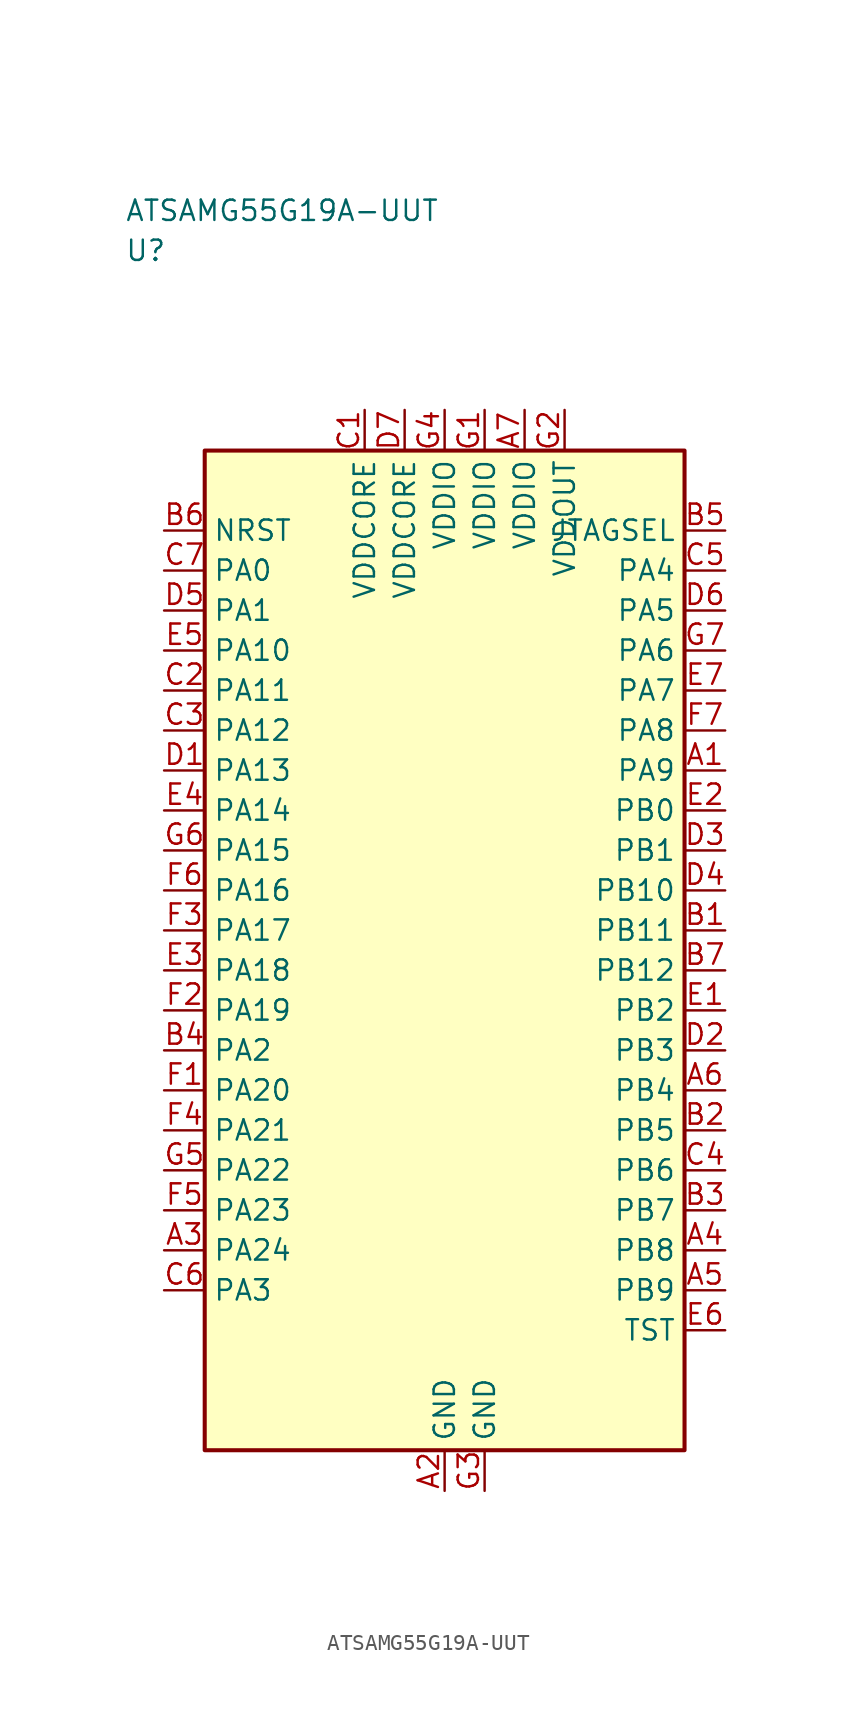
<source format=kicad_sym>
(kicad_symbol_lib
  (version 20241025)
  (generator "kicad_symbol_editor")
  (generator_version "8.0")
  (symbol "ATSAMG55G19A-UUT"
    (property "Reference" "U"
      (at -20.0 43.75 0)
      (effects (font (size 1.27 1.27)) (justify left)))
    (property "Value" "ATSAMG55G19A-UUT"
      (at -20.0 46.25 0)
      (effects (font (size 1.27 1.27)) (justify left)))
    (symbol "ATSAMG55G19A-UUT_0_1"
      (rectangle (start -15.0 31.25) (end 15.0 -31.25) (stroke (width 0.254) (type default)) (fill (type background))))
    (symbol "ATSAMG55G19A-UUT_1_1"
      (pin bidirectional line (at -17.54 23.75 0.0) (length 2.54) (name "PA0" (effects (font (size 1.27 1.27)))) (number "C7" (effects (font (size 1.27 1.27)))))
      (pin bidirectional line (at -17.54 21.25 0.0) (length 2.54) (name "PA1" (effects (font (size 1.27 1.27)))) (number "D5" (effects (font (size 1.27 1.27)))))
      (pin bidirectional line (at -17.54 -6.25 0.0) (length 2.54) (name "PA2" (effects (font (size 1.27 1.27)))) (number "B4" (effects (font (size 1.27 1.27)))))
      (pin bidirectional line (at -17.54 -21.25 0.0) (length 2.54) (name "PA3" (effects (font (size 1.27 1.27)))) (number "C6" (effects (font (size 1.27 1.27)))))
      (pin bidirectional line (at 17.54 23.75 180.0) (length 2.54) (name "PA4" (effects (font (size 1.27 1.27)))) (number "C5" (effects (font (size 1.27 1.27)))))
      (pin bidirectional line (at 17.54 21.25 180.0) (length 2.54) (name "PA5" (effects (font (size 1.27 1.27)))) (number "D6" (effects (font (size 1.27 1.27)))))
      (pin bidirectional line (at 17.54 18.75 180.0) (length 2.54) (name "PA6" (effects (font (size 1.27 1.27)))) (number "G7" (effects (font (size 1.27 1.27)))))
      (pin bidirectional line (at 17.54 16.25 180.0) (length 2.54) (name "PA7" (effects (font (size 1.27 1.27)))) (number "E7" (effects (font (size 1.27 1.27)))))
      (pin bidirectional line (at 17.54 13.75 180.0) (length 2.54) (name "PA8" (effects (font (size 1.27 1.27)))) (number "F7" (effects (font (size 1.27 1.27)))))
      (pin bidirectional line (at 17.54 11.25 180.0) (length 2.54) (name "PA9" (effects (font (size 1.27 1.27)))) (number "A1" (effects (font (size 1.27 1.27)))))
      (pin bidirectional line (at -17.54 18.75 0.0) (length 2.54) (name "PA10" (effects (font (size 1.27 1.27)))) (number "E5" (effects (font (size 1.27 1.27)))))
      (pin bidirectional line (at -17.54 16.25 0.0) (length 2.54) (name "PA11" (effects (font (size 1.27 1.27)))) (number "C2" (effects (font (size 1.27 1.27)))))
      (pin bidirectional line (at -17.54 13.75 0.0) (length 2.54) (name "PA12" (effects (font (size 1.27 1.27)))) (number "C3" (effects (font (size 1.27 1.27)))))
      (pin bidirectional line (at -17.54 11.25 0.0) (length 2.54) (name "PA13" (effects (font (size 1.27 1.27)))) (number "D1" (effects (font (size 1.27 1.27)))))
      (pin bidirectional line (at -17.54 8.75 0.0) (length 2.54) (name "PA14" (effects (font (size 1.27 1.27)))) (number "E4" (effects (font (size 1.27 1.27)))))
      (pin bidirectional line (at -17.54 6.25 0.0) (length 2.54) (name "PA15" (effects (font (size 1.27 1.27)))) (number "G6" (effects (font (size 1.27 1.27)))))
      (pin bidirectional line (at -17.54 3.75 0.0) (length 2.54) (name "PA16" (effects (font (size 1.27 1.27)))) (number "F6" (effects (font (size 1.27 1.27)))))
      (pin bidirectional line (at -17.54 1.25 0.0) (length 2.54) (name "PA17" (effects (font (size 1.27 1.27)))) (number "F3" (effects (font (size 1.27 1.27)))))
      (pin bidirectional line (at -17.54 -1.25 0.0) (length 2.54) (name "PA18" (effects (font (size 1.27 1.27)))) (number "E3" (effects (font (size 1.27 1.27)))))
      (pin bidirectional line (at -17.54 -3.75 0.0) (length 2.54) (name "PA19" (effects (font (size 1.27 1.27)))) (number "F2" (effects (font (size 1.27 1.27)))))
      (pin bidirectional line (at -17.54 -8.75 0.0) (length 2.54) (name "PA20" (effects (font (size 1.27 1.27)))) (number "F1" (effects (font (size 1.27 1.27)))))
      (pin bidirectional line (at -17.54 -11.25 0.0) (length 2.54) (name "PA21" (effects (font (size 1.27 1.27)))) (number "F4" (effects (font (size 1.27 1.27)))))
      (pin bidirectional line (at -17.54 -13.75 0.0) (length 2.54) (name "PA22" (effects (font (size 1.27 1.27)))) (number "G5" (effects (font (size 1.27 1.27)))))
      (pin bidirectional line (at -17.54 -16.25 0.0) (length 2.54) (name "PA23" (effects (font (size 1.27 1.27)))) (number "F5" (effects (font (size 1.27 1.27)))))
      (pin bidirectional line (at -17.54 -18.75 0.0) (length 2.54) (name "PA24" (effects (font (size 1.27 1.27)))) (number "A3" (effects (font (size 1.27 1.27)))))
      (pin bidirectional line (at 17.54 8.75 180.0) (length 2.54) (name "PB0" (effects (font (size 1.27 1.27)))) (number "E2" (effects (font (size 1.27 1.27)))))
      (pin bidirectional line (at 17.54 6.25 180.0) (length 2.54) (name "PB1" (effects (font (size 1.27 1.27)))) (number "D3" (effects (font (size 1.27 1.27)))))
      (pin bidirectional line (at 17.54 -3.75 180.0) (length 2.54) (name "PB2" (effects (font (size 1.27 1.27)))) (number "E1" (effects (font (size 1.27 1.27)))))
      (pin bidirectional line (at 17.54 -6.25 180.0) (length 2.54) (name "PB3" (effects (font (size 1.27 1.27)))) (number "D2" (effects (font (size 1.27 1.27)))))
      (pin bidirectional line (at 17.54 -8.75 180.0) (length 2.54) (name "PB4" (effects (font (size 1.27 1.27)))) (number "A6" (effects (font (size 1.27 1.27)))))
      (pin bidirectional line (at 17.54 -11.25 180.0) (length 2.54) (name "PB5" (effects (font (size 1.27 1.27)))) (number "B2" (effects (font (size 1.27 1.27)))))
      (pin bidirectional line (at 17.54 -13.75 180.0) (length 2.54) (name "PB6" (effects (font (size 1.27 1.27)))) (number "C4" (effects (font (size 1.27 1.27)))))
      (pin bidirectional line (at 17.54 -16.25 180.0) (length 2.54) (name "PB7" (effects (font (size 1.27 1.27)))) (number "B3" (effects (font (size 1.27 1.27)))))
      (pin bidirectional line (at 17.54 -18.75 180.0) (length 2.54) (name "PB8" (effects (font (size 1.27 1.27)))) (number "A4" (effects (font (size 1.27 1.27)))))
      (pin bidirectional line (at 17.54 -21.25 180.0) (length 2.54) (name "PB9" (effects (font (size 1.27 1.27)))) (number "A5" (effects (font (size 1.27 1.27)))))
      (pin bidirectional line (at 17.54 3.75 180.0) (length 2.54) (name "PB10" (effects (font (size 1.27 1.27)))) (number "D4" (effects (font (size 1.27 1.27)))))
      (pin bidirectional line (at 17.54 1.25 180.0) (length 2.54) (name "PB11" (effects (font (size 1.27 1.27)))) (number "B1" (effects (font (size 1.27 1.27)))))
      (pin bidirectional line (at 17.54 -1.25 180.0) (length 2.54) (name "PB12" (effects (font (size 1.27 1.27)))) (number "B7" (effects (font (size 1.27 1.27)))))
      (pin power_in line (at 7.5 33.79 270.0) (length 2.54) (name "VDDOUT" (effects (font (size 1.27 1.27)))) (number "G2" (effects (font (size 1.27 1.27)))))
      (pin input line (at -17.54 26.25 0.0) (length 2.54) (name "NRST" (effects (font (size 1.27 1.27)))) (number "B6" (effects (font (size 1.27 1.27)))))
      (pin bidirectional line (at 17.54 -23.75 180.0) (length 2.54) (name "TST" (effects (font (size 1.27 1.27)))) (number "E6" (effects (font (size 1.27 1.27)))))
      (pin power_in line (at 0.0 33.79 270.0) (length 2.54) (name "VDDIO" (effects (font (size 1.27 1.27)))) (number "G4" (effects (font (size 1.27 1.27)))))
      (pin power_in line (at 2.5 33.79 270.0) (length 2.54) (name "VDDIO" (effects (font (size 1.27 1.27)))) (number "G1" (effects (font (size 1.27 1.27)))))
      (pin power_in line (at 5.0 33.79 270.0) (length 2.54) (name "VDDIO" (effects (font (size 1.27 1.27)))) (number "A7" (effects (font (size 1.27 1.27)))))
      (pin output line (at 17.54 26.25 180.0) (length 2.54) (name "JTAGSEL" (effects (font (size 1.27 1.27)))) (number "B5" (effects (font (size 1.27 1.27)))))
      (pin power_in line (at -5.0 33.79 270.0) (length 2.54) (name "VDDCORE" (effects (font (size 1.27 1.27)))) (number "C1" (effects (font (size 1.27 1.27)))))
      (pin power_in line (at -2.5 33.79 270.0) (length 2.54) (name "VDDCORE" (effects (font (size 1.27 1.27)))) (number "D7" (effects (font (size 1.27 1.27)))))
      (pin passive line (at 0.0 -33.79 90.0) (length 2.54) (name "GND" (effects (font (size 1.27 1.27)))) (number "A2" (effects (font (size 1.27 1.27)))))
      (pin passive line (at 2.5 -33.79 90.0) (length 2.54) (name "GND" (effects (font (size 1.27 1.27)))) (number "G3" (effects (font (size 1.27 1.27))))))))
</source>
